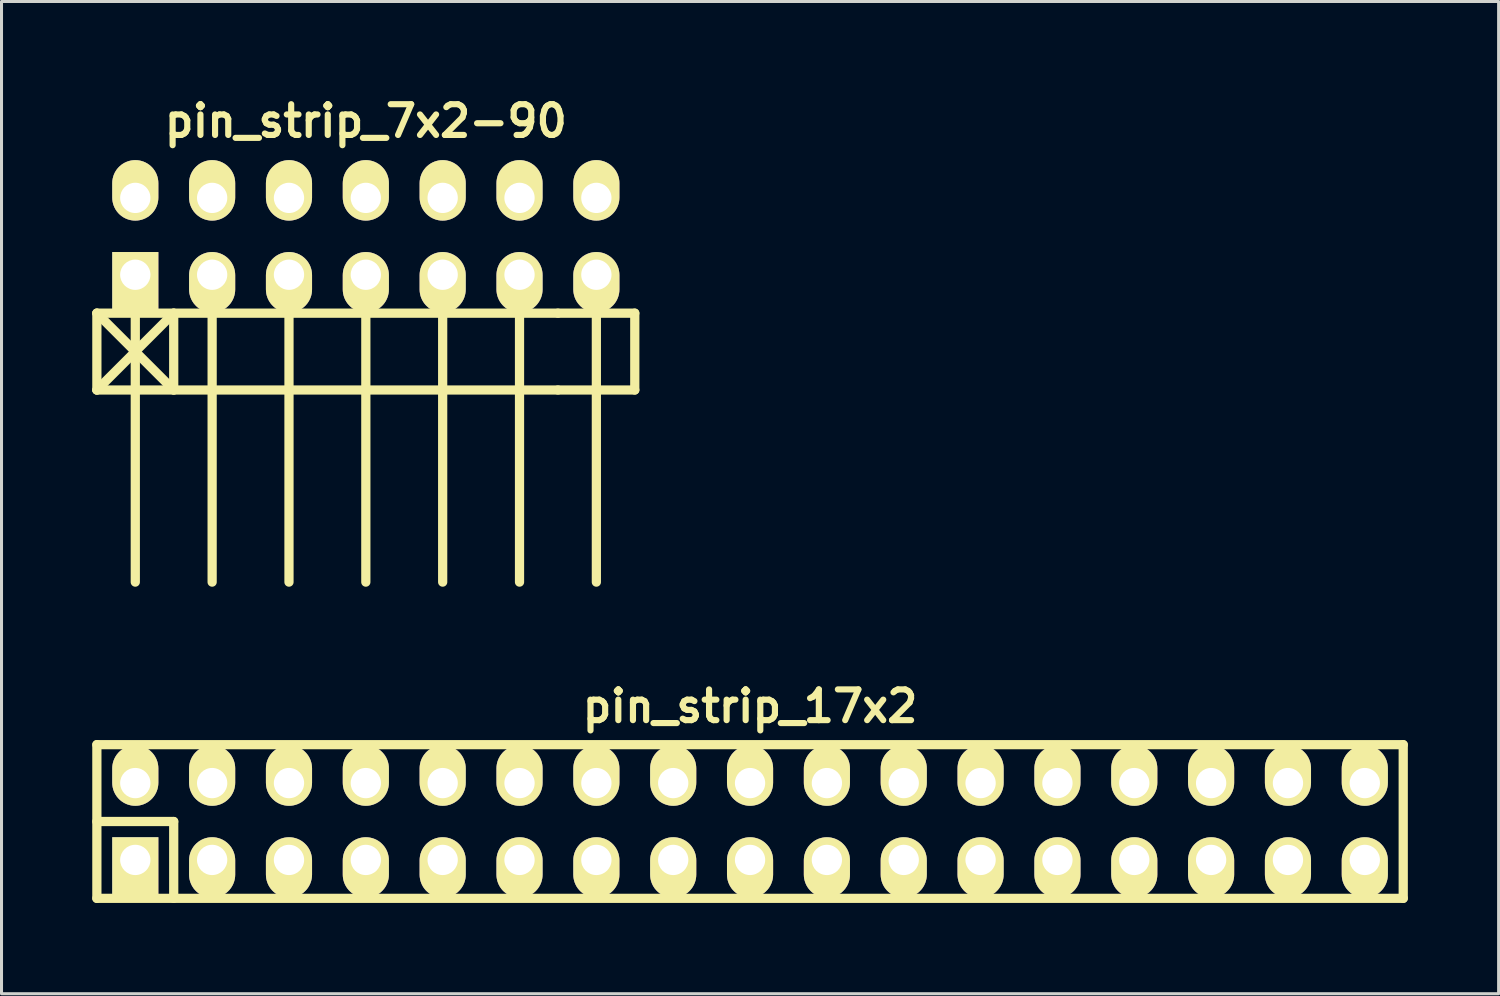
<source format=kicad_pcb>
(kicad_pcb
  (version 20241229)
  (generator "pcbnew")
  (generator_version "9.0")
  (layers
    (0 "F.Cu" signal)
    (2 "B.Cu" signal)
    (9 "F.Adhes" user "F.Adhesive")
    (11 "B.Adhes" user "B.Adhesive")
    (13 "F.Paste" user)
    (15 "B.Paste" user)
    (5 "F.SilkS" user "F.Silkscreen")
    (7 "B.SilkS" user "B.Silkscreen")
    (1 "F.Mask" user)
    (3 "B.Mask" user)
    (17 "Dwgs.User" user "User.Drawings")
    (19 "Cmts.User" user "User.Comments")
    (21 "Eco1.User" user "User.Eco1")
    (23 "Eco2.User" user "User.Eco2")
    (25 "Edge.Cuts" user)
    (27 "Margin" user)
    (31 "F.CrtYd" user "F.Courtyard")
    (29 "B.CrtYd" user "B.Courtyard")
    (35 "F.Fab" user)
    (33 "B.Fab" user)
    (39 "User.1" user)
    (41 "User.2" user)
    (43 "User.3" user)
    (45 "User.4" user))
  (footprint "pin_strip_17x2"
    (layer "F.Cu")
    (at 21.742 24.104)
    (property "Reference" "pin_strip_17x2" (at 0 -3.81 0) (layer "F.SilkS") (effects (font (size 1.016 1.016) (thickness 0.203))))
    (attr through_hole)
    (fp_line (start -21.59 -2.54) (end -21.59 2.54) (stroke (width 0.305) (type solid)) (layer "F.SilkS"))
    (fp_line (start -21.59 -2.54) (end 21.59 -2.54) (stroke (width 0.305) (type solid)) (layer "F.SilkS"))
    (fp_line (start -21.59 0) (end -19.05 0) (stroke (width 0.305) (type solid)) (layer "F.SilkS"))
    (fp_line (start -19.05 0) (end -19.05 2.54) (stroke (width 0.305) (type solid)) (layer "F.SilkS"))
    (fp_line (start 21.59 2.54) (end -21.59 2.54) (stroke (width 0.305) (type solid)) (layer "F.SilkS"))
    (fp_line (start 21.59 2.54) (end 21.59 -2.54) (stroke (width 0.305) (type solid)) (layer "F.SilkS"))
    (pad "1" thru_hole rect (at -20.32 1.27) (size 1.524 1.999) (drill 1.001 (offset 0 0.249)) (layers "*.Cu" "*.Mask" "F.SilkS"))
    (pad "2" thru_hole oval (at -20.32 -1.27) (size 1.524 1.999) (drill 1.001 (offset 0 -0.249)) (layers "*.Cu" "*.Mask" "F.SilkS"))
    (pad "3" thru_hole oval (at -17.78 1.27) (size 1.524 1.999) (drill 1.001 (offset 0 0.249)) (layers "*.Cu" "*.Mask" "F.SilkS"))
    (pad "4" thru_hole oval (at -17.78 -1.27) (size 1.524 1.999) (drill 1.001 (offset 0 -0.249)) (layers "*.Cu" "*.Mask" "F.SilkS"))
    (pad "5" thru_hole oval (at -15.24 1.27) (size 1.524 1.999) (drill 1.001 (offset 0 0.249)) (layers "*.Cu" "*.Mask" "F.SilkS"))
    (pad "6" thru_hole oval (at -15.24 -1.27) (size 1.524 1.999) (drill 1.001 (offset 0 -0.249)) (layers "*.Cu" "*.Mask" "F.SilkS"))
    (pad "7" thru_hole oval (at -12.7 1.27) (size 1.524 1.999) (drill 1.001 (offset 0 0.249)) (layers "*.Cu" "*.Mask" "F.SilkS"))
    (pad "8" thru_hole oval (at -12.7 -1.27) (size 1.524 1.999) (drill 1.001 (offset 0 -0.249)) (layers "*.Cu" "*.Mask" "F.SilkS"))
    (pad "9" thru_hole oval (at -10.16 1.27) (size 1.524 1.999) (drill 1.001 (offset 0 0.249)) (layers "*.Cu" "*.Mask" "F.SilkS"))
    (pad "10" thru_hole oval (at -10.16 -1.27) (size 1.524 1.999) (drill 1.001 (offset 0 -0.249)) (layers "*.Cu" "*.Mask" "F.SilkS"))
    (pad "11" thru_hole oval (at -7.62 1.27) (size 1.524 1.999) (drill 1.001 (offset 0 0.249)) (layers "*.Cu" "*.Mask" "F.SilkS"))
    (pad "12" thru_hole oval (at -7.62 -1.27) (size 1.524 1.999) (drill 1.001 (offset 0 -0.249)) (layers "*.Cu" "*.Mask" "F.SilkS"))
    (pad "13" thru_hole oval (at -5.08 1.27) (size 1.524 1.999) (drill 1.001 (offset 0 0.249)) (layers "*.Cu" "*.Mask" "F.SilkS"))
    (pad "14" thru_hole oval (at -5.08 -1.27) (size 1.524 1.999) (drill 1.001 (offset 0 -0.249)) (layers "*.Cu" "*.Mask" "F.SilkS"))
    (pad "15" thru_hole oval (at -2.54 1.27) (size 1.524 1.999) (drill 1.001 (offset 0 0.249)) (layers "*.Cu" "*.Mask" "F.SilkS"))
    (pad "16" thru_hole oval (at -2.54 -1.27) (size 1.524 1.999) (drill 1.001 (offset 0 -0.249)) (layers "*.Cu" "*.Mask" "F.SilkS"))
    (pad "17" thru_hole oval (at 0 1.27) (size 1.524 1.999) (drill 1.001 (offset 0 0.249)) (layers "*.Cu" "*.Mask" "F.SilkS"))
    (pad "18" thru_hole oval (at 0 -1.27) (size 1.524 1.999) (drill 1.001 (offset 0 -0.249)) (layers "*.Cu" "*.Mask" "F.SilkS"))
    (pad "19" thru_hole oval (at 2.54 1.27) (size 1.524 1.999) (drill 1.001 (offset 0 0.249)) (layers "*.Cu" "*.Mask" "F.SilkS"))
    (pad "20" thru_hole oval (at 2.54 -1.27) (size 1.524 1.999) (drill 1.001 (offset 0 -0.249)) (layers "*.Cu" "*.Mask" "F.SilkS"))
    (pad "21" thru_hole oval (at 5.08 1.27) (size 1.524 1.999) (drill 1.001 (offset 0 0.249)) (layers "*.Cu" "*.Mask" "F.SilkS"))
    (pad "22" thru_hole oval (at 5.08 -1.27) (size 1.524 1.999) (drill 1.001 (offset 0 -0.249)) (layers "*.Cu" "*.Mask" "F.SilkS"))
    (pad "23" thru_hole oval (at 7.62 1.27) (size 1.524 1.999) (drill 1.001 (offset 0 0.249)) (layers "*.Cu" "*.Mask" "F.SilkS"))
    (pad "24" thru_hole oval (at 7.62 -1.27) (size 1.524 1.999) (drill 1.001 (offset 0 -0.249)) (layers "*.Cu" "*.Mask" "F.SilkS"))
    (pad "25" thru_hole oval (at 10.16 1.27) (size 1.524 1.999) (drill 1.001 (offset 0 0.249)) (layers "*.Cu" "*.Mask" "F.SilkS"))
    (pad "26" thru_hole oval (at 10.16 -1.27) (size 1.524 1.999) (drill 1.001 (offset 0 -0.249)) (layers "*.Cu" "*.Mask" "F.SilkS"))
    (pad "27" thru_hole oval (at 12.7 1.27) (size 1.524 1.999) (drill 1.001 (offset 0 0.249)) (layers "*.Cu" "*.Mask" "F.SilkS"))
    (pad "28" thru_hole oval (at 12.7 -1.27) (size 1.524 1.999) (drill 1.001 (offset 0 -0.249)) (layers "*.Cu" "*.Mask" "F.SilkS"))
    (pad "29" thru_hole oval (at 15.24 1.27) (size 1.524 1.999) (drill 1.001 (offset 0 0.249)) (layers "*.Cu" "*.Mask" "F.SilkS"))
    (pad "30" thru_hole oval (at 15.24 -1.27) (size 1.524 1.999) (drill 1.001 (offset 0 -0.249)) (layers "*.Cu" "*.Mask" "F.SilkS"))
    (pad "31" thru_hole oval (at 17.78 1.27) (size 1.524 1.999) (drill 1.001 (offset 0 0.249)) (layers "*.Cu" "*.Mask" "F.SilkS"))
    (pad "32" thru_hole oval (at 17.78 -1.27) (size 1.524 1.999) (drill 1.001 (offset 0 -0.249)) (layers "*.Cu" "*.Mask" "F.SilkS"))
    (pad "33" thru_hole oval (at 20.32 1.27) (size 1.524 1.999) (drill 1.001 (offset 0 0.249)) (layers "*.Cu" "*.Mask" "F.SilkS"))
    (pad "34" thru_hole oval (at 20.32 -1.27) (size 1.524 1.999) (drill 1.001 (offset 0 -0.249)) (layers "*.Cu" "*.Mask" "F.SilkS")))
  (footprint "pin_strip_7x2-90"
    (layer "F.Cu")
    (at 9.042 4.761)
    (property "Reference" "pin_strip_7x2-90" (at 0 -3.81 0) (layer "F.SilkS") (effects (font (size 1.016 1.016) (thickness 0.203))))
    (attr through_hole)
    (fp_line (start -8.89 2.54) (end -6.35 5.08) (stroke (width 0.305) (type solid)) (layer "F.SilkS"))
    (fp_line (start -8.89 2.54) (end 6.35 2.54) (stroke (width 0.305) (type solid)) (layer "F.SilkS"))
    (fp_line (start -8.89 5.08) (end -8.89 2.54) (stroke (width 0.305) (type solid)) (layer "F.SilkS"))
    (fp_line (start -7.62 1.27) (end -7.62 11.43) (stroke (width 0.305) (type solid)) (layer "F.SilkS"))
    (fp_line (start -6.35 2.54) (end -8.89 5.08) (stroke (width 0.305) (type solid)) (layer "F.SilkS"))
    (fp_line (start -6.35 5.08) (end -6.35 2.54) (stroke (width 0.305) (type solid)) (layer "F.SilkS"))
    (fp_line (start -5.08 1.27) (end -5.08 11.43) (stroke (width 0.305) (type solid)) (layer "F.SilkS"))
    (fp_line (start -2.54 11.43) (end -2.54 1.27) (stroke (width 0.305) (type solid)) (layer "F.SilkS"))
    (fp_line (start 0 1.27) (end 0 11.43) (stroke (width 0.305) (type solid)) (layer "F.SilkS"))
    (fp_line (start 2.54 1.27) (end 2.54 11.43) (stroke (width 0.305) (type solid)) (layer "F.SilkS"))
    (fp_line (start 5.08 1.27) (end 5.08 11.43) (stroke (width 0.305) (type solid)) (layer "F.SilkS"))
    (fp_line (start 6.35 2.54) (end 8.89 2.54) (stroke (width 0.305) (type solid)) (layer "F.SilkS"))
    (fp_line (start 6.35 5.08) (end -8.89 5.08) (stroke (width 0.305) (type solid)) (layer "F.SilkS"))
    (fp_line (start 7.62 1.27) (end 7.62 11.43) (stroke (width 0.305) (type solid)) (layer "F.SilkS"))
    (fp_line (start 8.89 2.54) (end 8.89 5.08) (stroke (width 0.305) (type solid)) (layer "F.SilkS"))
    (fp_line (start 8.89 5.08) (end 6.35 5.08) (stroke (width 0.305) (type solid)) (layer "F.SilkS"))
    (pad "1" thru_hole rect (at -7.62 1.27) (size 1.524 1.999) (drill 1.001 (offset 0 0.249)) (layers "*.Cu" "*.Mask" "F.SilkS"))
    (pad "2" thru_hole oval (at -7.62 -1.27) (size 1.524 1.999) (drill 1.001 (offset 0 -0.249)) (layers "*.Cu" "*.Mask" "F.SilkS"))
    (pad "3" thru_hole oval (at -5.08 1.27) (size 1.524 1.999) (drill 1.001 (offset 0 0.249)) (layers "*.Cu" "*.Mask" "F.SilkS"))
    (pad "4" thru_hole oval (at -5.08 -1.27) (size 1.524 1.999) (drill 1.001 (offset 0 -0.249)) (layers "*.Cu" "*.Mask" "F.SilkS"))
    (pad "5" thru_hole oval (at -2.54 1.27) (size 1.524 1.999) (drill 1.001 (offset 0 0.249)) (layers "*.Cu" "*.Mask" "F.SilkS"))
    (pad "6" thru_hole oval (at -2.54 -1.27) (size 1.524 1.999) (drill 1.001 (offset 0 -0.249)) (layers "*.Cu" "*.Mask" "F.SilkS"))
    (pad "7" thru_hole oval (at 0 1.27) (size 1.524 1.999) (drill 1.001 (offset 0 0.249)) (layers "*.Cu" "*.Mask" "F.SilkS"))
    (pad "8" thru_hole oval (at 0 -1.27) (size 1.524 1.999) (drill 1.001 (offset 0 -0.249)) (layers "*.Cu" "*.Mask" "F.SilkS"))
    (pad "9" thru_hole oval (at 2.54 1.27) (size 1.524 1.999) (drill 1.001 (offset 0 0.249)) (layers "*.Cu" "*.Mask" "F.SilkS"))
    (pad "10" thru_hole oval (at 2.54 -1.27) (size 1.524 1.999) (drill 1.001 (offset 0 -0.249)) (layers "*.Cu" "*.Mask" "F.SilkS"))
    (pad "11" thru_hole oval (at 5.08 1.27) (size 1.524 1.999) (drill 1.001 (offset 0 0.249)) (layers "*.Cu" "*.Mask" "F.SilkS"))
    (pad "12" thru_hole oval (at 5.08 -1.27) (size 1.524 1.999) (drill 1.001 (offset 0 -0.249)) (layers "*.Cu" "*.Mask" "F.SilkS"))
    (pad "13" thru_hole oval (at 7.62 1.27) (size 1.524 1.999) (drill 1.001 (offset 0 0.249)) (layers "*.Cu" "*.Mask" "F.SilkS"))
    (pad "14" thru_hole oval (at 7.62 -1.27) (size 1.524 1.999) (drill 1.001 (offset 0 -0.249)) (layers "*.Cu" "*.Mask" "F.SilkS")))
  (gr_rect
    (start -3 -3)
    (end 46.485 29.797)
    (stroke (width 0.1) (type default))
    (fill no)
    (layer "Edge.Cuts")))
</source>
